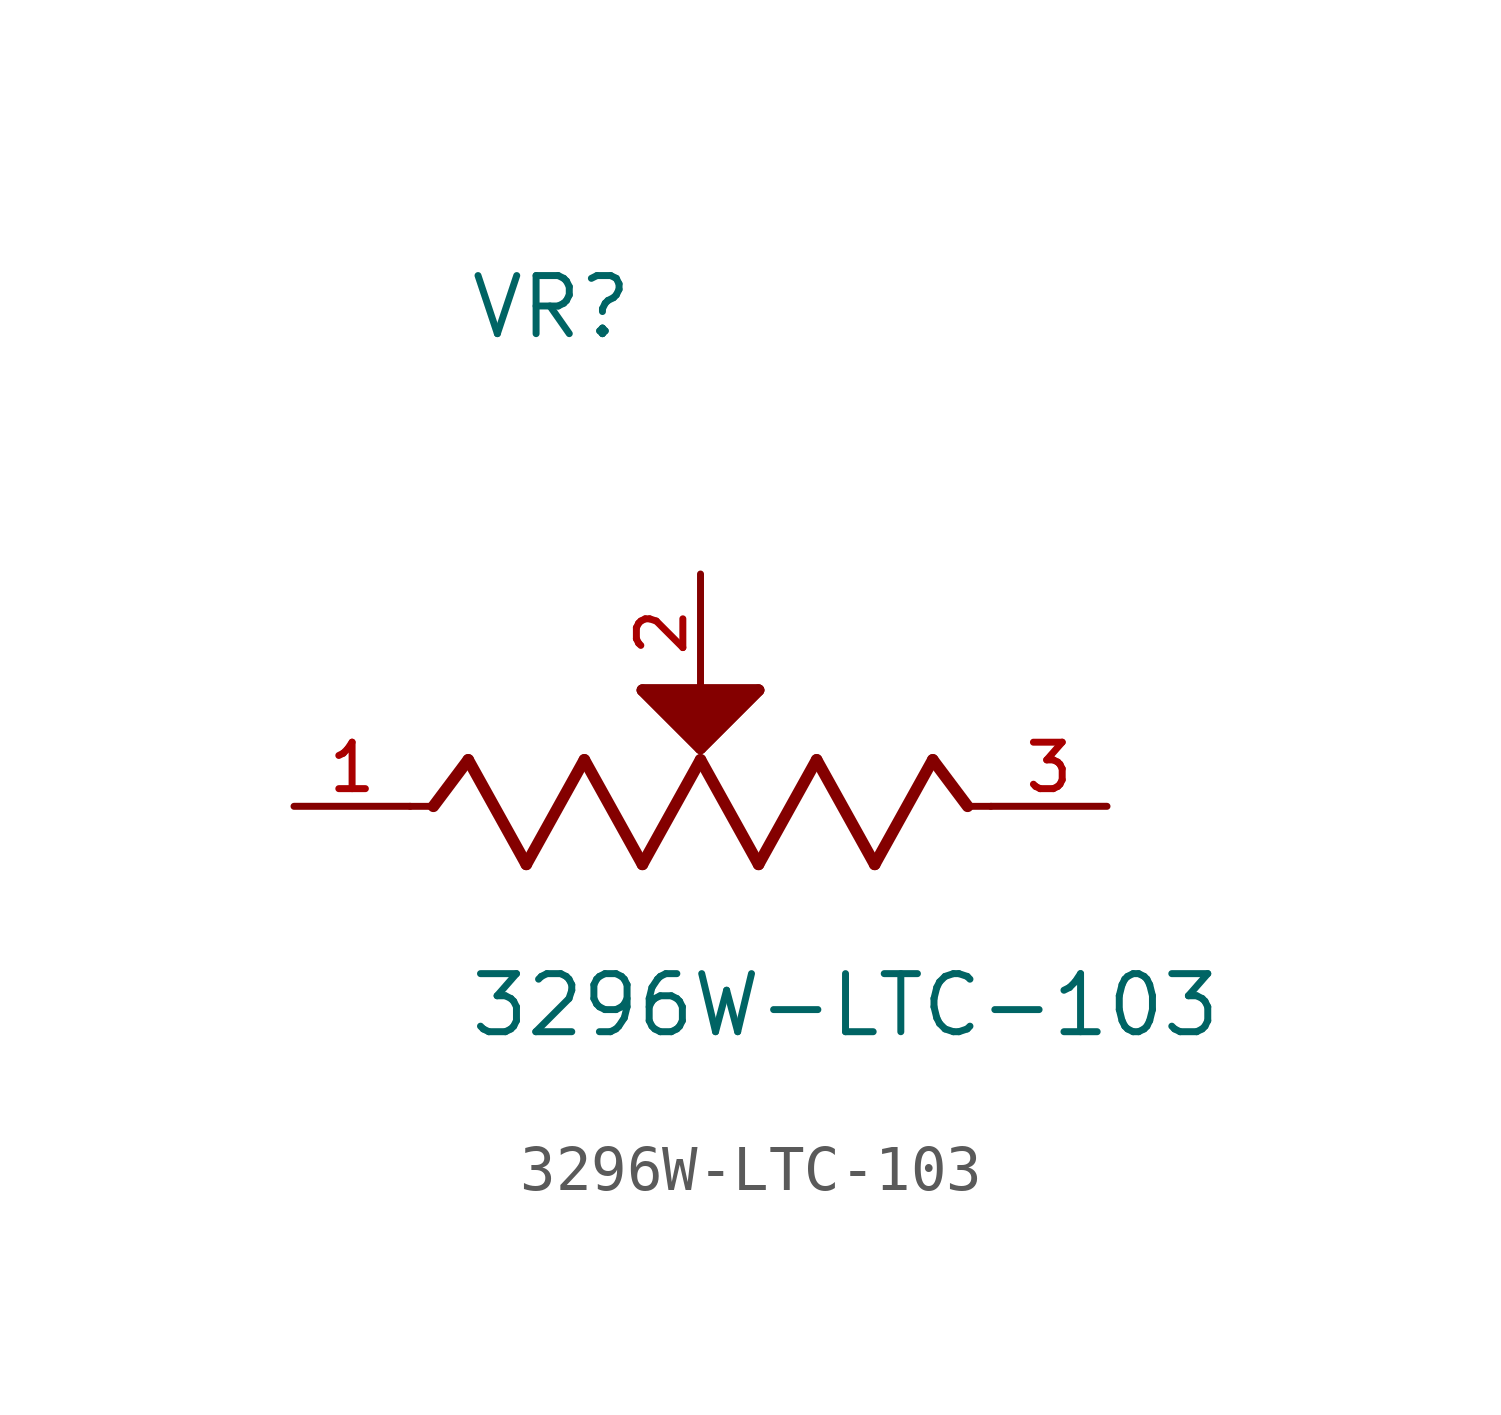
<source format=kicad_sym>
(kicad_symbol_lib
  (version 20211014)
  (generator kicad_symbol_editor)
  (symbol "3296W-LTC-103"
    (pin_names
      (offset 1.016))
    (property "Reference" "VR"
      (at -5.087 10.174 0)
      (effects (font (size 1.27 1.27)) (justify bottom left)))
    (property "Value" "3296W-LTC-103"
      (at -5.093 -5.093 0)
      (effects (font (size 1.27 1.27)) (justify bottom left)))
    (symbol "3296W-LTC-103_0_0"
      (polyline (pts (xy -6.35 0.0) (xy -5.842 0.0)) (stroke (width 0.152)))
      (polyline (pts (xy -5.842 0.0) (xy -5.08 1.016)) (stroke (width 0.254)))
      (polyline (pts (xy -5.08 1.016) (xy -3.81 -1.27)) (stroke (width 0.254)))
      (polyline (pts (xy -3.81 -1.27) (xy -2.54 1.016)) (stroke (width 0.254)))
      (polyline (pts (xy -2.54 1.016) (xy -1.27 -1.27)) (stroke (width 0.254)))
      (polyline (pts (xy -1.27 -1.27) (xy 0.0 1.016)) (stroke (width 0.254)))
      (polyline (pts (xy 0.0 1.016) (xy 1.27 -1.27)) (stroke (width 0.254)))
      (polyline (pts (xy 1.27 -1.27) (xy 2.54 1.016)) (stroke (width 0.254)))
      (polyline (pts (xy 2.54 1.016) (xy 3.81 -1.27)) (stroke (width 0.254)))
      (polyline (pts (xy 3.81 -1.27) (xy 5.08 1.016)) (stroke (width 0.254)))
      (polyline (pts (xy 5.842 0.0) (xy 5.08 1.016)) (stroke (width 0.254)))
      (polyline (pts (xy 5.842 0.0) (xy 6.35 0.0)) (stroke (width 0.152)))
      (polyline (pts (xy 0.0 1.27) (xy -1.27 2.54)) (stroke (width 0.254)))
      (polyline (pts (xy -1.27 2.54) (xy 1.27 2.54)) (stroke (width 0.254)))
      (polyline (pts (xy 1.27 2.54) (xy 0.0 1.27)) (stroke (width 0.254)))
      (polyline (pts (xy -1.27 2.54) (xy 1.27 2.54) (xy 0.0 1.27) (xy -1.27 2.54)) (stroke (width 0.254)) (fill (type outline)))
      (pin passive line (at -8.89 0.0 0) (length 2.54) (name "~" (effects (font (size 1.016 1.016)))) (number "1" (effects (font (size 1.016 1.016)))))
      (pin passive line (at 8.89 0.0 180.0) (length 2.54) (name "~" (effects (font (size 1.016 1.016)))) (number "3" (effects (font (size 1.016 1.016)))))
      (pin passive line (at 0.0 5.08 270.0) (length 2.54) (name "~" (effects (font (size 1.016 1.016)))) (number "2" (effects (font (size 1.016 1.016))))))))
</source>
